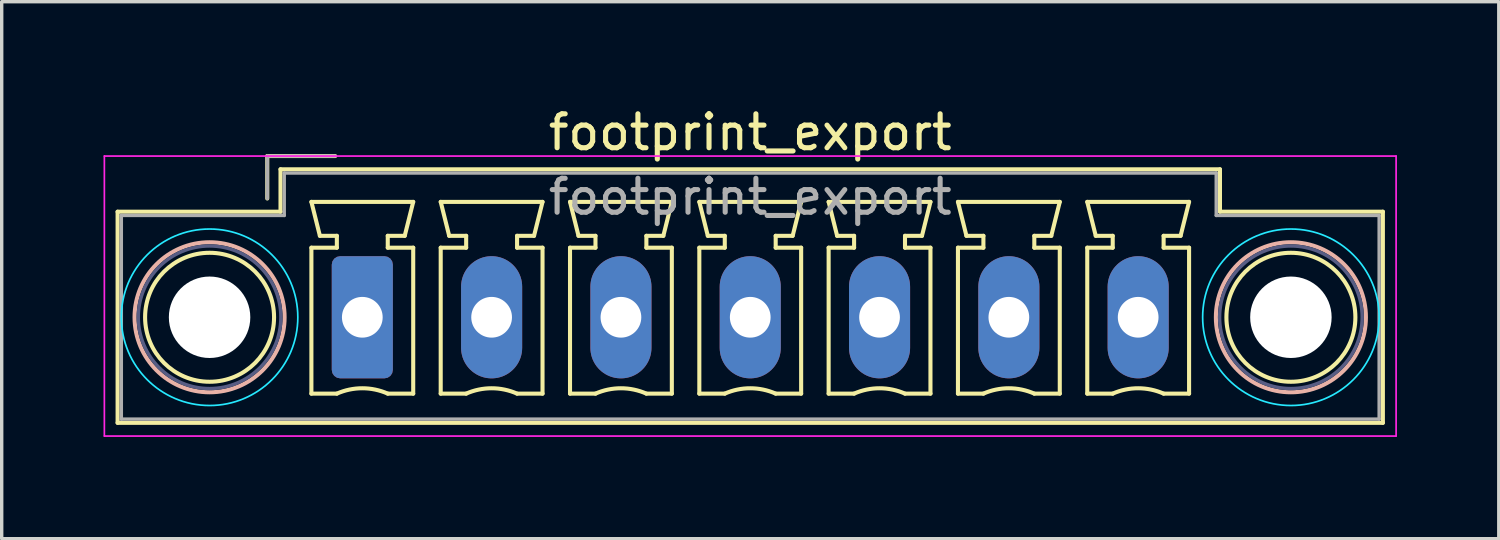
<source format=kicad_pcb>
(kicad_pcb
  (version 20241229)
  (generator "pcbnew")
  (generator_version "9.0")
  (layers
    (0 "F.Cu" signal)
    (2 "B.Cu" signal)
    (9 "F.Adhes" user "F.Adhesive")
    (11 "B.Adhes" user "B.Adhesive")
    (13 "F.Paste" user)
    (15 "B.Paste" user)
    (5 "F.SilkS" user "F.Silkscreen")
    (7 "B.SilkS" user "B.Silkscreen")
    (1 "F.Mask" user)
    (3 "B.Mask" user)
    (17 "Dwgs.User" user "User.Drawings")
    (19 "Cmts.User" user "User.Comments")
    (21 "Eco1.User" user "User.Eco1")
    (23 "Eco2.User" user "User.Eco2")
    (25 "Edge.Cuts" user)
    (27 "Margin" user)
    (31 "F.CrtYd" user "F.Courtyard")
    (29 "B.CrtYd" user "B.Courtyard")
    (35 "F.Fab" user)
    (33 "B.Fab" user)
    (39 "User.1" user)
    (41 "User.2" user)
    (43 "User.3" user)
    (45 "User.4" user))
  (footprint "footprint_export"
    (layer "F.Cu")
    (at 7.625 6.298)
    (property "Reference" "footprint_export" (at 11.43 -5.45 0) (layer "F.SilkS") (effects (font (size 1 1) (thickness 0.15))))
    (attr through_hole)
    (fp_line (start -7.21 -3.11) (end -7.21 3.11) (stroke (width 0.12) (type solid)) (layer "F.SilkS"))
    (fp_line (start -7.21 3.11) (end 30.07 3.11) (stroke (width 0.12) (type solid)) (layer "F.SilkS"))
    (fp_line (start -2.8 -4.75) (end -0.8 -4.75) (stroke (width 0.12) (type solid)) (layer "F.SilkS"))
    (fp_line (start -2.8 -3.5) (end -2.8 -4.75) (stroke (width 0.12) (type solid)) (layer "F.SilkS"))
    (fp_line (start -2.41 -4.36) (end -2.41 -3.11) (stroke (width 0.12) (type solid)) (layer "F.SilkS"))
    (fp_line (start -2.41 -3.11) (end -7.21 -3.11) (stroke (width 0.12) (type solid)) (layer "F.SilkS"))
    (fp_line (start -1.5 -3.4) (end 1.5 -3.4) (stroke (width 0.12) (type solid)) (layer "F.SilkS"))
    (fp_line (start -1.5 -2.05) (end -0.75 -2.05) (stroke (width 0.12) (type solid)) (layer "F.SilkS"))
    (fp_line (start -1.5 2.25) (end -1.5 -2.05) (stroke (width 0.12) (type solid)) (layer "F.SilkS"))
    (fp_line (start -1.25 -2.4) (end -1.5 -3.4) (stroke (width 0.12) (type solid)) (layer "F.SilkS"))
    (fp_line (start -0.75 -2.4) (end -1.25 -2.4) (stroke (width 0.12) (type solid)) (layer "F.SilkS"))
    (fp_line (start -0.75 -2.05) (end -0.75 -2.4) (stroke (width 0.12) (type solid)) (layer "F.SilkS"))
    (fp_line (start -0.75 2.25) (end -1.5 2.25) (stroke (width 0.12) (type solid)) (layer "F.SilkS"))
    (fp_line (start 0.75 -2.4) (end 0.75 -2.05) (stroke (width 0.12) (type solid)) (layer "F.SilkS"))
    (fp_line (start 0.75 -2.05) (end 1.5 -2.05) (stroke (width 0.12) (type solid)) (layer "F.SilkS"))
    (fp_line (start 1.25 -2.4) (end 0.75 -2.4) (stroke (width 0.12) (type solid)) (layer "F.SilkS"))
    (fp_line (start 1.5 -3.4) (end 1.25 -2.4) (stroke (width 0.12) (type solid)) (layer "F.SilkS"))
    (fp_line (start 1.5 -2.05) (end 1.5 2.25) (stroke (width 0.12) (type solid)) (layer "F.SilkS"))
    (fp_line (start 1.5 2.25) (end 0.75 2.25) (stroke (width 0.12) (type solid)) (layer "F.SilkS"))
    (fp_line (start 2.31 -3.4) (end 5.31 -3.4) (stroke (width 0.12) (type solid)) (layer "F.SilkS"))
    (fp_line (start 2.31 -2.05) (end 3.06 -2.05) (stroke (width 0.12) (type solid)) (layer "F.SilkS"))
    (fp_line (start 2.31 2.25) (end 2.31 -2.05) (stroke (width 0.12) (type solid)) (layer "F.SilkS"))
    (fp_line (start 2.56 -2.4) (end 2.31 -3.4) (stroke (width 0.12) (type solid)) (layer "F.SilkS"))
    (fp_line (start 3.06 -2.4) (end 2.56 -2.4) (stroke (width 0.12) (type solid)) (layer "F.SilkS"))
    (fp_line (start 3.06 -2.05) (end 3.06 -2.4) (stroke (width 0.12) (type solid)) (layer "F.SilkS"))
    (fp_line (start 3.06 2.25) (end 2.31 2.25) (stroke (width 0.12) (type solid)) (layer "F.SilkS"))
    (fp_line (start 4.56 -2.4) (end 4.56 -2.05) (stroke (width 0.12) (type solid)) (layer "F.SilkS"))
    (fp_line (start 4.56 -2.05) (end 5.31 -2.05) (stroke (width 0.12) (type solid)) (layer "F.SilkS"))
    (fp_line (start 5.06 -2.4) (end 4.56 -2.4) (stroke (width 0.12) (type solid)) (layer "F.SilkS"))
    (fp_line (start 5.31 -3.4) (end 5.06 -2.4) (stroke (width 0.12) (type solid)) (layer "F.SilkS"))
    (fp_line (start 5.31 -2.05) (end 5.31 2.25) (stroke (width 0.12) (type solid)) (layer "F.SilkS"))
    (fp_line (start 5.31 2.25) (end 4.56 2.25) (stroke (width 0.12) (type solid)) (layer "F.SilkS"))
    (fp_line (start 6.12 -3.4) (end 9.12 -3.4) (stroke (width 0.12) (type solid)) (layer "F.SilkS"))
    (fp_line (start 6.12 -2.05) (end 6.87 -2.05) (stroke (width 0.12) (type solid)) (layer "F.SilkS"))
    (fp_line (start 6.12 2.25) (end 6.12 -2.05) (stroke (width 0.12) (type solid)) (layer "F.SilkS"))
    (fp_line (start 6.37 -2.4) (end 6.12 -3.4) (stroke (width 0.12) (type solid)) (layer "F.SilkS"))
    (fp_line (start 6.87 -2.4) (end 6.37 -2.4) (stroke (width 0.12) (type solid)) (layer "F.SilkS"))
    (fp_line (start 6.87 -2.05) (end 6.87 -2.4) (stroke (width 0.12) (type solid)) (layer "F.SilkS"))
    (fp_line (start 6.87 2.25) (end 6.12 2.25) (stroke (width 0.12) (type solid)) (layer "F.SilkS"))
    (fp_line (start 8.37 -2.4) (end 8.37 -2.05) (stroke (width 0.12) (type solid)) (layer "F.SilkS"))
    (fp_line (start 8.37 -2.05) (end 9.12 -2.05) (stroke (width 0.12) (type solid)) (layer "F.SilkS"))
    (fp_line (start 8.87 -2.4) (end 8.37 -2.4) (stroke (width 0.12) (type solid)) (layer "F.SilkS"))
    (fp_line (start 9.12 -3.4) (end 8.87 -2.4) (stroke (width 0.12) (type solid)) (layer "F.SilkS"))
    (fp_line (start 9.12 -2.05) (end 9.12 2.25) (stroke (width 0.12) (type solid)) (layer "F.SilkS"))
    (fp_line (start 9.12 2.25) (end 8.37 2.25) (stroke (width 0.12) (type solid)) (layer "F.SilkS"))
    (fp_line (start 9.93 -3.4) (end 12.93 -3.4) (stroke (width 0.12) (type solid)) (layer "F.SilkS"))
    (fp_line (start 9.93 -2.05) (end 10.68 -2.05) (stroke (width 0.12) (type solid)) (layer "F.SilkS"))
    (fp_line (start 9.93 2.25) (end 9.93 -2.05) (stroke (width 0.12) (type solid)) (layer "F.SilkS"))
    (fp_line (start 10.18 -2.4) (end 9.93 -3.4) (stroke (width 0.12) (type solid)) (layer "F.SilkS"))
    (fp_line (start 10.68 -2.4) (end 10.18 -2.4) (stroke (width 0.12) (type solid)) (layer "F.SilkS"))
    (fp_line (start 10.68 -2.05) (end 10.68 -2.4) (stroke (width 0.12) (type solid)) (layer "F.SilkS"))
    (fp_line (start 10.68 2.25) (end 9.93 2.25) (stroke (width 0.12) (type solid)) (layer "F.SilkS"))
    (fp_line (start 12.18 -2.4) (end 12.18 -2.05) (stroke (width 0.12) (type solid)) (layer "F.SilkS"))
    (fp_line (start 12.18 -2.05) (end 12.93 -2.05) (stroke (width 0.12) (type solid)) (layer "F.SilkS"))
    (fp_line (start 12.68 -2.4) (end 12.18 -2.4) (stroke (width 0.12) (type solid)) (layer "F.SilkS"))
    (fp_line (start 12.93 -3.4) (end 12.68 -2.4) (stroke (width 0.12) (type solid)) (layer "F.SilkS"))
    (fp_line (start 12.93 -2.05) (end 12.93 2.25) (stroke (width 0.12) (type solid)) (layer "F.SilkS"))
    (fp_line (start 12.93 2.25) (end 12.18 2.25) (stroke (width 0.12) (type solid)) (layer "F.SilkS"))
    (fp_line (start 13.74 -3.4) (end 16.74 -3.4) (stroke (width 0.12) (type solid)) (layer "F.SilkS"))
    (fp_line (start 13.74 -2.05) (end 14.49 -2.05) (stroke (width 0.12) (type solid)) (layer "F.SilkS"))
    (fp_line (start 13.74 2.25) (end 13.74 -2.05) (stroke (width 0.12) (type solid)) (layer "F.SilkS"))
    (fp_line (start 13.99 -2.4) (end 13.74 -3.4) (stroke (width 0.12) (type solid)) (layer "F.SilkS"))
    (fp_line (start 14.49 -2.4) (end 13.99 -2.4) (stroke (width 0.12) (type solid)) (layer "F.SilkS"))
    (fp_line (start 14.49 -2.05) (end 14.49 -2.4) (stroke (width 0.12) (type solid)) (layer "F.SilkS"))
    (fp_line (start 14.49 2.25) (end 13.74 2.25) (stroke (width 0.12) (type solid)) (layer "F.SilkS"))
    (fp_line (start 15.99 -2.4) (end 15.99 -2.05) (stroke (width 0.12) (type solid)) (layer "F.SilkS"))
    (fp_line (start 15.99 -2.05) (end 16.74 -2.05) (stroke (width 0.12) (type solid)) (layer "F.SilkS"))
    (fp_line (start 16.49 -2.4) (end 15.99 -2.4) (stroke (width 0.12) (type solid)) (layer "F.SilkS"))
    (fp_line (start 16.74 -3.4) (end 16.49 -2.4) (stroke (width 0.12) (type solid)) (layer "F.SilkS"))
    (fp_line (start 16.74 -2.05) (end 16.74 2.25) (stroke (width 0.12) (type solid)) (layer "F.SilkS"))
    (fp_line (start 16.74 2.25) (end 15.99 2.25) (stroke (width 0.12) (type solid)) (layer "F.SilkS"))
    (fp_line (start 17.55 -3.4) (end 20.55 -3.4) (stroke (width 0.12) (type solid)) (layer "F.SilkS"))
    (fp_line (start 17.55 -2.05) (end 18.3 -2.05) (stroke (width 0.12) (type solid)) (layer "F.SilkS"))
    (fp_line (start 17.55 2.25) (end 17.55 -2.05) (stroke (width 0.12) (type solid)) (layer "F.SilkS"))
    (fp_line (start 17.8 -2.4) (end 17.55 -3.4) (stroke (width 0.12) (type solid)) (layer "F.SilkS"))
    (fp_line (start 18.3 -2.4) (end 17.8 -2.4) (stroke (width 0.12) (type solid)) (layer "F.SilkS"))
    (fp_line (start 18.3 -2.05) (end 18.3 -2.4) (stroke (width 0.12) (type solid)) (layer "F.SilkS"))
    (fp_line (start 18.3 2.25) (end 17.55 2.25) (stroke (width 0.12) (type solid)) (layer "F.SilkS"))
    (fp_line (start 19.8 -2.4) (end 19.8 -2.05) (stroke (width 0.12) (type solid)) (layer "F.SilkS"))
    (fp_line (start 19.8 -2.05) (end 20.55 -2.05) (stroke (width 0.12) (type solid)) (layer "F.SilkS"))
    (fp_line (start 20.3 -2.4) (end 19.8 -2.4) (stroke (width 0.12) (type solid)) (layer "F.SilkS"))
    (fp_line (start 20.55 -3.4) (end 20.3 -2.4) (stroke (width 0.12) (type solid)) (layer "F.SilkS"))
    (fp_line (start 20.55 -2.05) (end 20.55 2.25) (stroke (width 0.12) (type solid)) (layer "F.SilkS"))
    (fp_line (start 20.55 2.25) (end 19.8 2.25) (stroke (width 0.12) (type solid)) (layer "F.SilkS"))
    (fp_line (start 21.36 -3.4) (end 24.36 -3.4) (stroke (width 0.12) (type solid)) (layer "F.SilkS"))
    (fp_line (start 21.36 -2.05) (end 22.11 -2.05) (stroke (width 0.12) (type solid)) (layer "F.SilkS"))
    (fp_line (start 21.36 2.25) (end 21.36 -2.05) (stroke (width 0.12) (type solid)) (layer "F.SilkS"))
    (fp_line (start 21.61 -2.4) (end 21.36 -3.4) (stroke (width 0.12) (type solid)) (layer "F.SilkS"))
    (fp_line (start 22.11 -2.4) (end 21.61 -2.4) (stroke (width 0.12) (type solid)) (layer "F.SilkS"))
    (fp_line (start 22.11 -2.05) (end 22.11 -2.4) (stroke (width 0.12) (type solid)) (layer "F.SilkS"))
    (fp_line (start 22.11 2.25) (end 21.36 2.25) (stroke (width 0.12) (type solid)) (layer "F.SilkS"))
    (fp_line (start 23.61 -2.4) (end 23.61 -2.05) (stroke (width 0.12) (type solid)) (layer "F.SilkS"))
    (fp_line (start 23.61 -2.05) (end 24.36 -2.05) (stroke (width 0.12) (type solid)) (layer "F.SilkS"))
    (fp_line (start 24.11 -2.4) (end 23.61 -2.4) (stroke (width 0.12) (type solid)) (layer "F.SilkS"))
    (fp_line (start 24.36 -3.4) (end 24.11 -2.4) (stroke (width 0.12) (type solid)) (layer "F.SilkS"))
    (fp_line (start 24.36 -2.05) (end 24.36 2.25) (stroke (width 0.12) (type solid)) (layer "F.SilkS"))
    (fp_line (start 24.36 2.25) (end 23.61 2.25) (stroke (width 0.12) (type solid)) (layer "F.SilkS"))
    (fp_line (start 25.27 -4.36) (end -2.41 -4.36) (stroke (width 0.12) (type solid)) (layer "F.SilkS"))
    (fp_line (start 25.27 -3.11) (end 25.27 -4.36) (stroke (width 0.12) (type solid)) (layer "F.SilkS"))
    (fp_line (start 30.07 -3.11) (end 25.27 -3.11) (stroke (width 0.12) (type solid)) (layer "F.SilkS"))
    (fp_line (start 30.07 3.11) (end 30.07 -3.11) (stroke (width 0.12) (type solid)) (layer "F.SilkS"))
    (fp_arc (start -0.75 2.25) (mid -0.000193 2.09191) (end 0.749647 2.249844) (stroke (width 0.12) (type solid)) (layer "F.SilkS"))
    (fp_arc (start 3.06 2.25) (mid 3.809807 2.09191) (end 4.559647 2.249844) (stroke (width 0.12) (type solid)) (layer "F.SilkS"))
    (fp_arc (start 6.87 2.25) (mid 7.619807 2.09191) (end 8.369647 2.249844) (stroke (width 0.12) (type solid)) (layer "F.SilkS"))
    (fp_arc (start 10.68 2.25) (mid 11.429807 2.09191) (end 12.179647 2.249844) (stroke (width 0.12) (type solid)) (layer "F.SilkS"))
    (fp_arc (start 14.49 2.25) (mid 15.239807 2.09191) (end 15.989647 2.249844) (stroke (width 0.12) (type solid)) (layer "F.SilkS"))
    (fp_arc (start 18.3 2.25) (mid 19.049807 2.09191) (end 19.799647 2.249844) (stroke (width 0.12) (type solid)) (layer "F.SilkS"))
    (fp_arc (start 22.11 2.25) (mid 22.859807 2.09191) (end 23.609647 2.249844) (stroke (width 0.12) (type solid)) (layer "F.SilkS"))
    (fp_circle (center -4.5 0) (end -2.6 0) (stroke (width 0.12) (type solid)) (fill no) (layer "F.SilkS"))
    (fp_circle (center 27.36 0) (end 29.26 0) (stroke (width 0.12) (type solid)) (fill no) (layer "F.SilkS"))
    (fp_circle (center -4.5 0) (end -2.29 0) (stroke (width 0.12) (type solid)) (fill no) (layer "B.SilkS"))
    (fp_circle (center 27.36 0) (end 29.57 0) (stroke (width 0.12) (type solid)) (fill no) (layer "B.SilkS"))
    (fp_circle (center -4.5 0) (end -1.9 0) (stroke (width 0.05) (type solid)) (fill no) (layer "B.CrtYd"))
    (fp_circle (center 27.36 0) (end 29.96 0) (stroke (width 0.05) (type solid)) (fill no) (layer "B.CrtYd"))
    (fp_line (start -7.6 -4.75) (end -7.6 3.5) (stroke (width 0.05) (type solid)) (layer "F.CrtYd"))
    (fp_line (start -7.6 3.5) (end 30.46 3.5) (stroke (width 0.05) (type solid)) (layer "F.CrtYd"))
    (fp_line (start 30.46 -4.75) (end -7.6 -4.75) (stroke (width 0.05) (type solid)) (layer "F.CrtYd"))
    (fp_line (start 30.46 3.5) (end 30.46 -4.75) (stroke (width 0.05) (type solid)) (layer "F.CrtYd"))
    (fp_circle (center -4.5 0) (end -2.4 0) (stroke (width 0.1) (type solid)) (fill no) (layer "B.Fab"))
    (fp_circle (center 27.36 0) (end 29.46 0) (stroke (width 0.1) (type solid)) (fill no) (layer "B.Fab"))
    (fp_line (start -7.1 -3) (end -7.1 3) (stroke (width 0.1) (type solid)) (layer "F.Fab"))
    (fp_line (start -7.1 3) (end 29.96 3) (stroke (width 0.1) (type solid)) (layer "F.Fab"))
    (fp_line (start -2.8 -4.75) (end -0.8 -4.75) (stroke (width 0.1) (type solid)) (layer "F.Fab"))
    (fp_line (start -2.8 -3.5) (end -2.8 -4.75) (stroke (width 0.1) (type solid)) (layer "F.Fab"))
    (fp_line (start -2.3 -4.25) (end -2.3 -3) (stroke (width 0.1) (type solid)) (layer "F.Fab"))
    (fp_line (start -2.3 -3) (end -7.1 -3) (stroke (width 0.1) (type solid)) (layer "F.Fab"))
    (fp_line (start 25.16 -4.25) (end -2.3 -4.25) (stroke (width 0.1) (type solid)) (layer "F.Fab"))
    (fp_line (start 25.16 -3) (end 25.16 -4.25) (stroke (width 0.1) (type solid)) (layer "F.Fab"))
    (fp_line (start 29.96 -3) (end 25.16 -3) (stroke (width 0.1) (type solid)) (layer "F.Fab"))
    (fp_line (start 29.96 3) (end 29.96 -3) (stroke (width 0.1) (type solid)) (layer "F.Fab"))
    (fp_text user "${REFERENCE}" (at 11.43 -3.55 0) (layer "F.Fab") (effects (font (size 1 1) (thickness 0.15))))
    (pad "" np_thru_hole circle (at -4.5 0) (size 2.4 2.4) (drill 2.4) (layers "*.Cu" "*.Mask"))
    (pad "" np_thru_hole circle (at 27.36 0) (size 2.4 2.4) (drill 2.4) (layers "*.Cu" "*.Mask"))
    (pad "1" thru_hole roundrect (at 0 0) (size 1.8 3.6) (drill 1.2) (layers "*.Cu" "*.Mask") (roundrect_rratio 0.139))
    (pad "2" thru_hole oval (at 3.81 0) (size 1.8 3.6) (drill 1.2) (layers "*.Cu" "*.Mask"))
    (pad "3" thru_hole oval (at 7.62 0) (size 1.8 3.6) (drill 1.2) (layers "*.Cu" "*.Mask"))
    (pad "4" thru_hole oval (at 11.43 0) (size 1.8 3.6) (drill 1.2) (layers "*.Cu" "*.Mask"))
    (pad "5" thru_hole oval (at 15.24 0) (size 1.8 3.6) (drill 1.2) (layers "*.Cu" "*.Mask"))
    (pad "6" thru_hole oval (at 19.05 0) (size 1.8 3.6) (drill 1.2) (layers "*.Cu" "*.Mask"))
    (pad "7" thru_hole oval (at 22.86 0) (size 1.8 3.6) (drill 1.2) (layers "*.Cu" "*.Mask")))
  (gr_rect
    (start -3 -3)
    (end 41.11 12.823)
    (stroke (width 0.1) (type default))
    (fill no)
    (layer "Edge.Cuts")))
</source>
